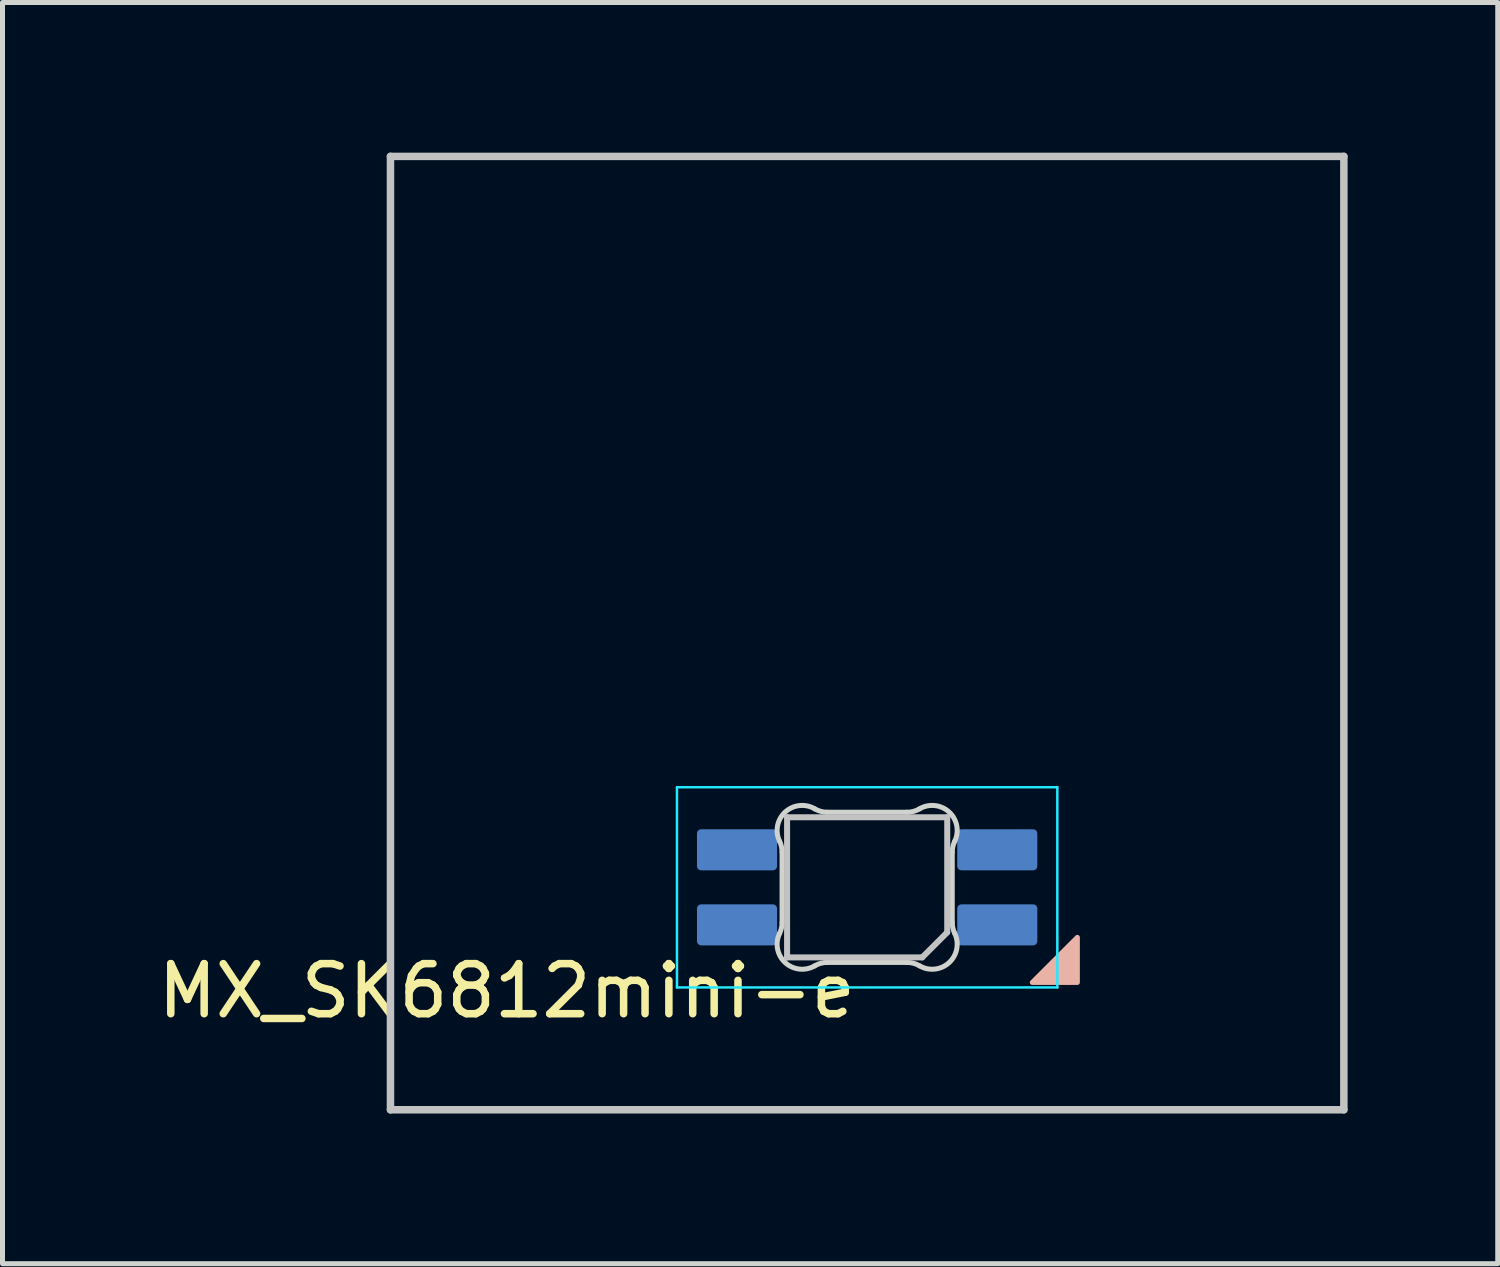
<source format=kicad_pcb>
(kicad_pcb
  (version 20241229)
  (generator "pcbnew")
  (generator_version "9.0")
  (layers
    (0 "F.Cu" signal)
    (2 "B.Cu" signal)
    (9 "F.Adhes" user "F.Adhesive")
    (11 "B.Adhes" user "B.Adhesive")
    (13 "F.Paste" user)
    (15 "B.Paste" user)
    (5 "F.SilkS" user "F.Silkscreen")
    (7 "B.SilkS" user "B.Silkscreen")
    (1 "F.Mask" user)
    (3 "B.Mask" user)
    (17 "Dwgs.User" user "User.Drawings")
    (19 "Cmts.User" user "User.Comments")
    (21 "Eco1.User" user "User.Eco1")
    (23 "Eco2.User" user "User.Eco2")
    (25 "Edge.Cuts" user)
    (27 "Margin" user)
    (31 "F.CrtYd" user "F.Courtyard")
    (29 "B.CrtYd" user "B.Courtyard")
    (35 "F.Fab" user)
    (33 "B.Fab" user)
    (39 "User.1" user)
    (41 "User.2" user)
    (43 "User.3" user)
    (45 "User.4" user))
  (footprint "MX_SK6812mini-e"
    (layer "F.Cu")
    (at 14.277 9.6)
    (property "Reference" "MX_SK6812mini-e" (at -7.2 7.15 0) (layer "F.SilkS") (effects (font (size 1 1) (thickness 0.15))))
    (attr through_hole)
    (fp_poly (pts (xy 4.2 6.08) (xy 3.3 6.98) (xy 4.2 6.98)) (stroke (width 0.1) (type solid)) (fill yes) (layer "B.SilkS"))
    (fp_line (start -9.525 -9.525) (end 9.525 -9.525) (stroke (width 0.15) (type solid)) (layer "Dwgs.User"))
    (fp_line (start -9.525 9.525) (end -9.525 -9.525) (stroke (width 0.15) (type solid)) (layer "Dwgs.User"))
    (fp_line (start -1.6 3.68) (end -1.6 6.48) (stroke (width 0.12) (type solid)) (layer "Dwgs.User"))
    (fp_line (start -1.6 6.48) (end 1.1 6.48) (stroke (width 0.12) (type solid)) (layer "Dwgs.User"))
    (fp_line (start 1.6 3.68) (end -1.6 3.68) (stroke (width 0.12) (type solid)) (layer "Dwgs.User"))
    (fp_line (start 1.6 5.98) (end 1.1 6.48) (stroke (width 0.12) (type solid)) (layer "Dwgs.User"))
    (fp_line (start 1.6 5.98) (end 1.6 3.68) (stroke (width 0.12) (type solid)) (layer "Dwgs.User"))
    (fp_line (start 9.525 -9.525) (end 9.525 9.525) (stroke (width 0.15) (type solid)) (layer "Dwgs.User"))
    (fp_line (start 9.525 9.525) (end -9.525 9.525) (stroke (width 0.15) (type solid)) (layer "Dwgs.User"))
    (fp_line (start -1.7 5.783) (end -1.7 4.377) (stroke (width 0.1) (type solid)) (layer "Edge.Cuts"))
    (fp_line (start -0.794 3.58) (end 0.794 3.58) (stroke (width 0.1) (type solid)) (layer "Edge.Cuts"))
    (fp_line (start 0.794 6.58) (end -0.794 6.58) (stroke (width 0.1) (type solid)) (layer "Edge.Cuts"))
    (fp_line (start 1.7 4.377) (end 1.7 5.783) (stroke (width 0.1) (type solid)) (layer "Edge.Cuts"))
    (fp_arc (start -1.749484 4.160279) (mid -1.712527 4.265931) (end -1.699999 4.377157) (stroke (width 0.1) (type solid)) (layer "Edge.Cuts"))
    (fp_arc (start -1.749484 4.160279) (mid -1.638071 3.575964) (end -1.046711 3.5117) (stroke (width 0.1) (type solid)) (layer "Edge.Cuts"))
    (fp_arc (start -1.699999 5.782842) (mid -1.712527 5.894067) (end -1.749484 5.999719) (stroke (width 0.1) (type solid)) (layer "Edge.Cuts"))
    (fp_arc (start -1.046711 6.648296) (mid -1.63807 6.584033) (end -1.749484 5.999719) (stroke (width 0.1) (type solid)) (layer "Edge.Cuts"))
    (fp_arc (start -1.04671 6.648298) (mid -0.925122 6.597376) (end -0.794452 6.579999) (stroke (width 0.1) (type solid)) (layer "Edge.Cuts"))
    (fp_arc (start -0.794453 3.579999) (mid -0.925123 3.562622) (end -1.046711 3.5117) (stroke (width 0.1) (type solid)) (layer "Edge.Cuts"))
    (fp_arc (start 0.794452 6.579999) (mid 0.925123 6.597376) (end 1.046711 6.648298) (stroke (width 0.1) (type solid)) (layer "Edge.Cuts"))
    (fp_arc (start 1.046711 3.511701) (mid 0.925123 3.562623) (end 0.794453 3.58) (stroke (width 0.1) (type solid)) (layer "Edge.Cuts"))
    (fp_arc (start 1.046711 3.511701) (mid 1.638071 3.575965) (end 1.749484 4.160279) (stroke (width 0.1) (type solid)) (layer "Edge.Cuts"))
    (fp_arc (start 1.699999 4.377156) (mid 1.712527 4.265931) (end 1.749484 4.160279) (stroke (width 0.1) (type solid)) (layer "Edge.Cuts"))
    (fp_arc (start 1.749484 5.999718) (mid 1.638072 6.584034) (end 1.046711 6.648298) (stroke (width 0.1) (type solid)) (layer "Edge.Cuts"))
    (fp_arc (start 1.749484 5.999719) (mid 1.712527 5.894067) (end 1.699999 5.782841) (stroke (width 0.1) (type solid)) (layer "Edge.Cuts"))
    (fp_line (start -3.8 3.08) (end -3.8 7.08) (stroke (width 0.05) (type solid)) (layer "B.CrtYd"))
    (fp_line (start -3.8 7.08) (end 3.8 7.08) (stroke (width 0.05) (type solid)) (layer "B.CrtYd"))
    (fp_line (start 3.8 3.08) (end -3.8 3.08) (stroke (width 0.05) (type solid)) (layer "B.CrtYd"))
    (fp_line (start 3.8 7.08) (end 3.8 3.08) (stroke (width 0.05) (type solid)) (layer "B.CrtYd"))
    (pad "1" smd roundrect (at -2.6 4.33 270) (size 0.82 1.6) (layers "B.Cu" "B.Mask" "B.Paste") (roundrect_rratio 0.1))
    (pad "2" smd roundrect (at -2.6 5.83 270) (size 0.82 1.6) (layers "B.Cu" "B.Mask" "B.Paste") (roundrect_rratio 0.1))
    (pad "3" smd roundrect (at 2.6 5.83 270) (size 0.82 1.6) (layers "B.Cu" "B.Mask" "B.Paste") (roundrect_rratio 0.1))
    (pad "4" smd roundrect (at 2.6 4.33 270) (size 0.82 1.6) (layers "B.Cu" "B.Mask" "B.Paste") (roundrect_rratio 0.1)))
  (gr_rect
    (start -3 -3)
    (end 26.877 22.2)
    (stroke (width 0.1) (type default))
    (fill no)
    (layer "Edge.Cuts")))
</source>
